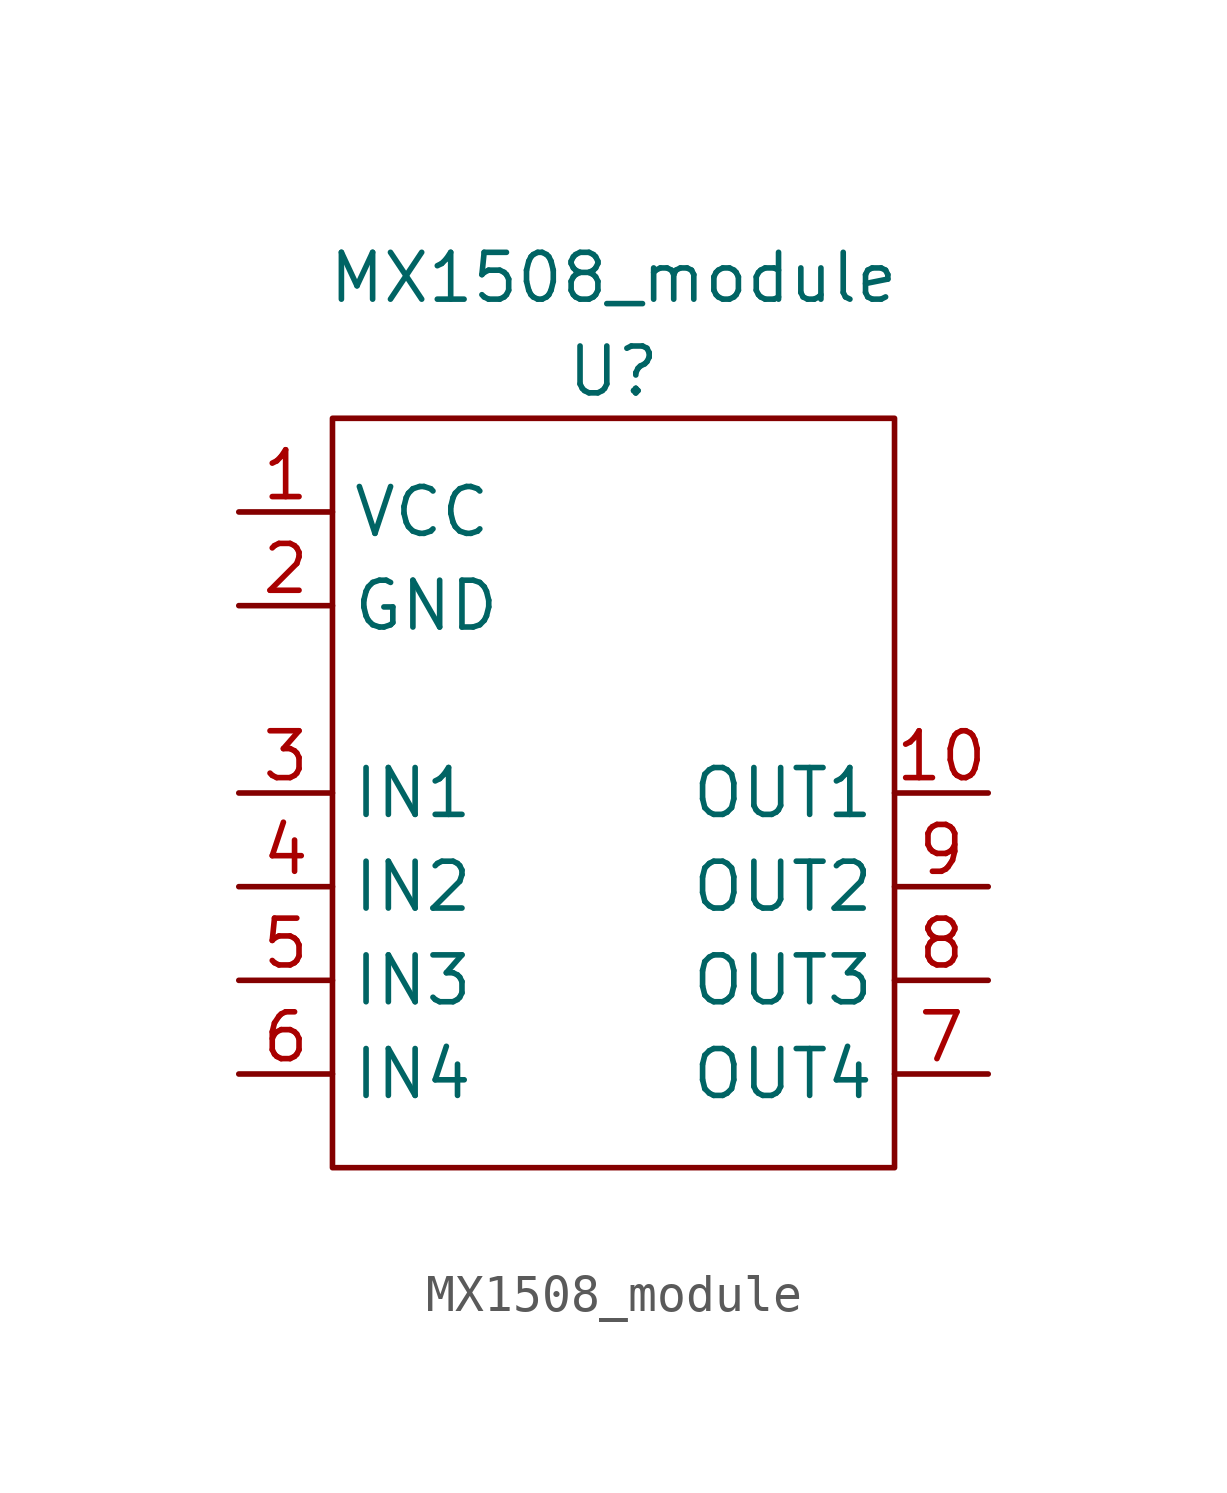
<source format=kicad_sym>
(kicad_symbol_lib
  (version 20211014)
  (generator kicad_symbol_editor)
  (symbol "MX1508_module"
    (property "Reference" "U"
      (at 0 -2.54 0)
      (effects (font (size 1.27 1.27))))
    (property "Value" "MX1508_module"
      (at 0 0 0)
      (effects (font (size 1.27 1.27))))
    (symbol "MX1508_module_0_1"
      (rectangle (start -7.62 -3.81) (end 7.62 -24.13) (stroke (width 0.152) (type default) (color 0 0 0 0)) (fill (type none))))
    (symbol "MX1508_module_1_1"
      (pin power_in line (at -10.16 -6.35 0) (length 2.54) (name "VCC" (effects (font (size 1.27 1.27)))) (number "1" (effects (font (size 1.27 1.27)))))
      (pin output line (at 10.16 -13.97 180) (length 2.54) (name "OUT1" (effects (font (size 1.27 1.27)))) (number "10" (effects (font (size 1.27 1.27)))))
      (pin power_in line (at -10.16 -8.89 0) (length 2.54) (name "GND" (effects (font (size 1.27 1.27)))) (number "2" (effects (font (size 1.27 1.27)))))
      (pin input line (at -10.16 -13.97 0) (length 2.54) (name "IN1" (effects (font (size 1.27 1.27)))) (number "3" (effects (font (size 1.27 1.27)))))
      (pin input line (at -10.16 -16.51 0) (length 2.54) (name "IN2" (effects (font (size 1.27 1.27)))) (number "4" (effects (font (size 1.27 1.27)))))
      (pin input line (at -10.16 -19.05 0) (length 2.54) (name "IN3" (effects (font (size 1.27 1.27)))) (number "5" (effects (font (size 1.27 1.27)))))
      (pin input line (at -10.16 -21.59 0) (length 2.54) (name "IN4" (effects (font (size 1.27 1.27)))) (number "6" (effects (font (size 1.27 1.27)))))
      (pin output line (at 10.16 -21.59 180) (length 2.54) (name "OUT4" (effects (font (size 1.27 1.27)))) (number "7" (effects (font (size 1.27 1.27)))))
      (pin output line (at 10.16 -19.05 180) (length 2.54) (name "OUT3" (effects (font (size 1.27 1.27)))) (number "8" (effects (font (size 1.27 1.27)))))
      (pin output line (at 10.16 -16.51 180) (length 2.54) (name "OUT2" (effects (font (size 1.27 1.27)))) (number "9" (effects (font (size 1.27 1.27))))))))
</source>
